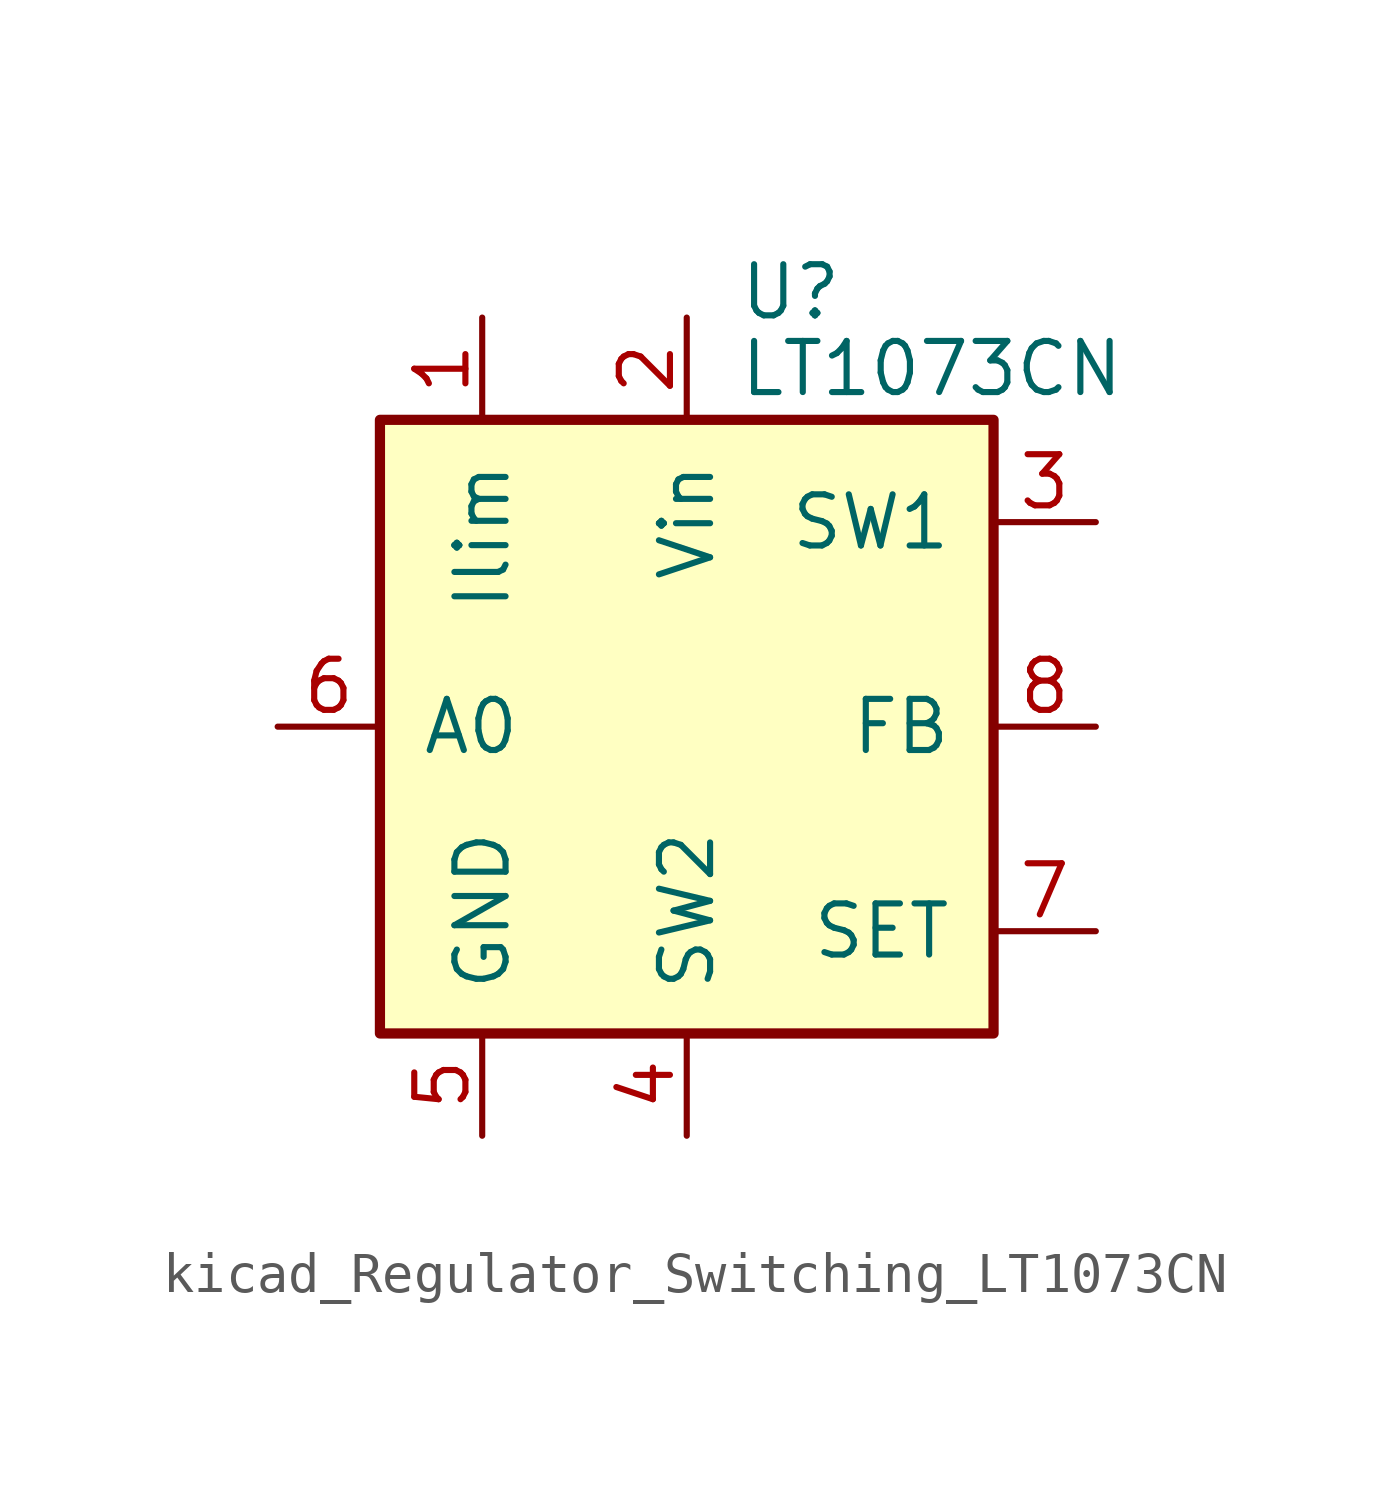
<source format=kicad_sym>
(kicad_symbol_lib
  (version 20220914)
  (generator kicad_symbol_editor)
  (symbol "kicad_Regulator_Switching_LT1073CN"
    (pin_names
      (offset 1.016))
    (property "Reference" "U"
      (at 1.27 10.795 0)
      (effects (font (size 1.27 1.27)) (justify left)))
    (property "Value" "LT1073CN"
      (at 1.27 8.89 0)
      (effects (font (size 1.27 1.27)) (justify left)))
    (symbol "kicad_Regulator_Switching_LT1073CN_0_1"
      (rectangle (start -7.62 7.62) (end 7.62 -7.62) (stroke (width 0.254) (type default)) (fill (type background))))
    (symbol "kicad_Regulator_Switching_LT1073CN_1_1"
      (pin input line (at -5.08 10.16 270) (length 2.54) (name "Ilim" (effects (font (size 1.27 1.27)))) (number "1" (effects (font (size 1.27 1.27)))))
      (pin power_in line (at 0 10.16 270) (length 2.54) (name "Vin" (effects (font (size 1.27 1.27)))) (number "2" (effects (font (size 1.27 1.27)))))
      (pin input line (at 10.16 5.08 180) (length 2.54) (name "SW1" (effects (font (size 1.27 1.27)))) (number "3" (effects (font (size 1.27 1.27)))))
      (pin input line (at 0 -10.16 90) (length 2.54) (name "SW2" (effects (font (size 1.27 1.27)))) (number "4" (effects (font (size 1.27 1.27)))))
      (pin power_in line (at -5.08 -10.16 90) (length 2.54) (name "GND" (effects (font (size 1.27 1.27)))) (number "5" (effects (font (size 1.27 1.27)))))
      (pin output line (at -10.16 0 0) (length 2.54) (name "A0" (effects (font (size 1.27 1.27)))) (number "6" (effects (font (size 1.27 1.27)))))
      (pin input line (at 10.16 -5.08 180) (length 2.54) (name "SET" (effects (font (size 1.27 1.27)))) (number "7" (effects (font (size 1.27 1.27)))))
      (pin input line (at 10.16 0 180) (length 2.54) (name "FB" (effects (font (size 1.27 1.27)))) (number "8" (effects (font (size 1.27 1.27))))))))
</source>
